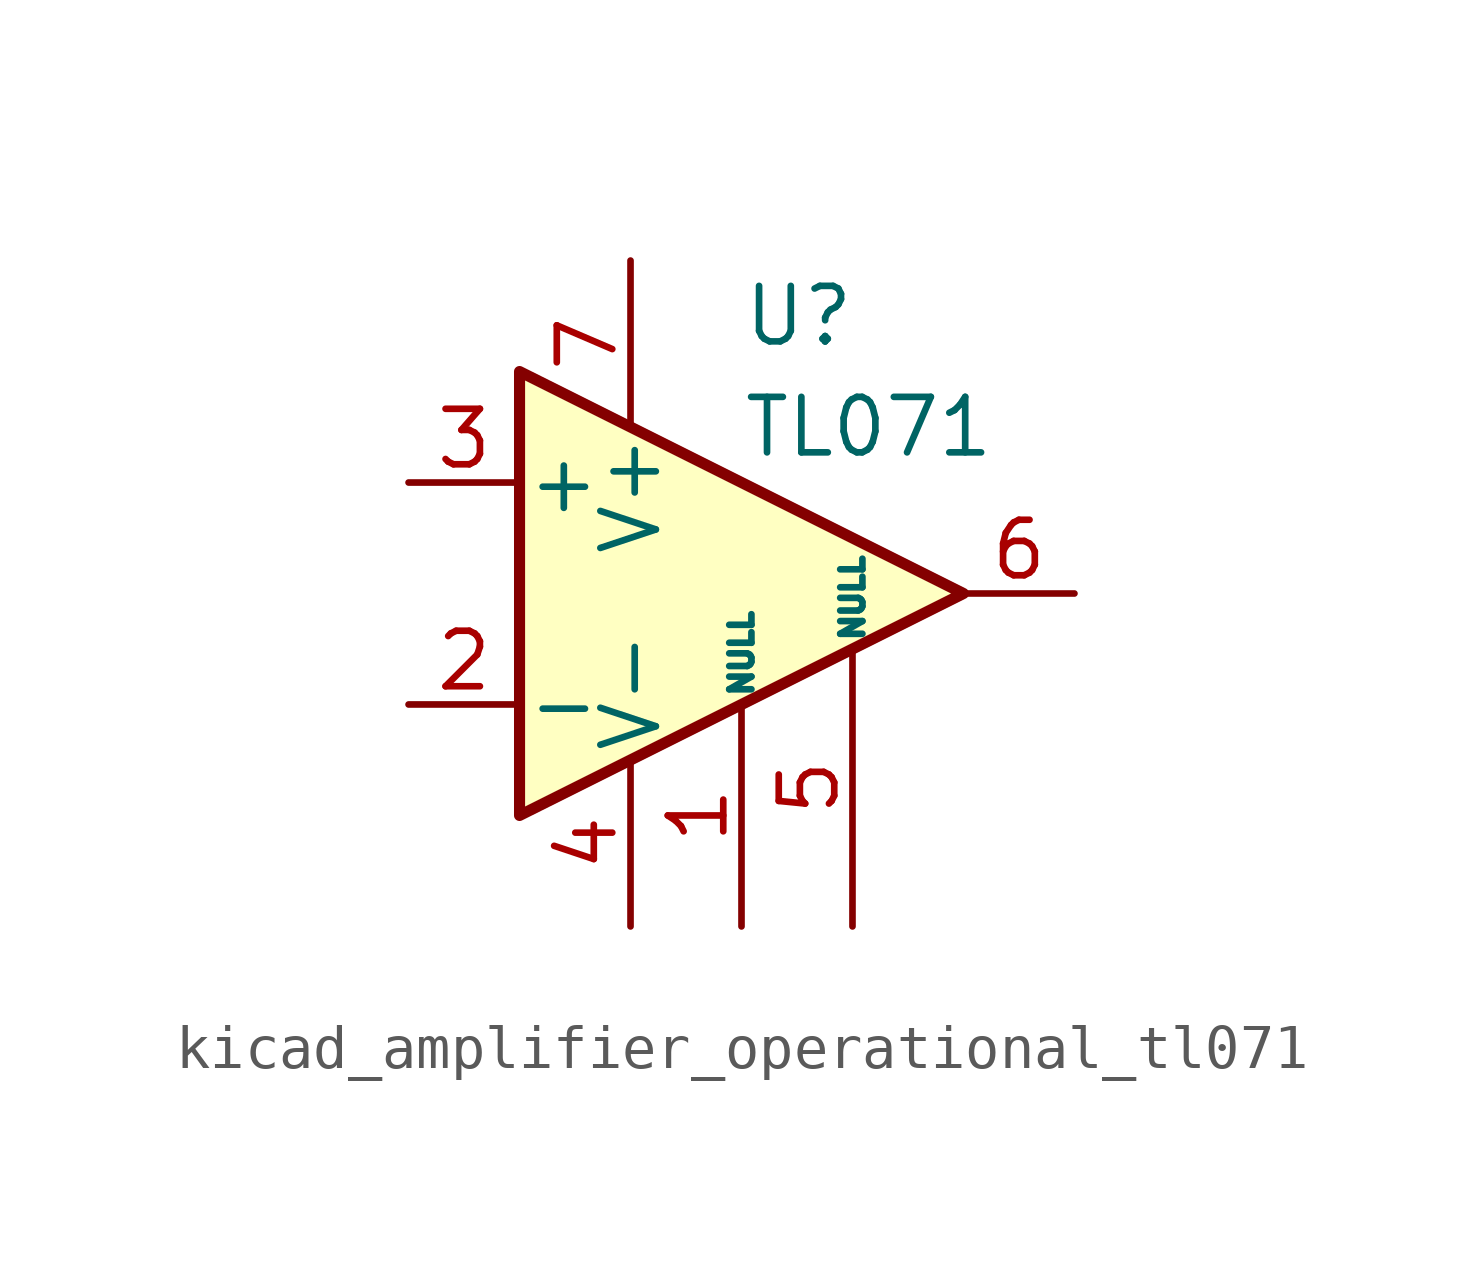
<source format=kicad_sym>
(kicad_symbol_lib
  (version 20220914)
  (generator kicad_symbol_editor)
  (symbol "kicad_amplifier_operational_tl071"
    (pin_names
      (offset 0.127))
    (property "Reference" "U"
      (at 0 6.35 0)
      (effects (font (size 1.27 1.27)) (justify left)))
    (property "Value" "TL071"
      (at 0 3.81 0)
      (effects (font (size 1.27 1.27)) (justify left)))
    (symbol "kicad_amplifier_operational_tl071_0_1"
      (polyline (pts (xy -5.08 5.08) (xy 5.08 0) (xy -5.08 -5.08) (xy -5.08 5.08)) (stroke (width 0.254) (type default)) (fill (type background))))
    (symbol "kicad_amplifier_operational_tl071_1_1"
      (pin input line (at 0 -7.62 90) (length 5.08) (name "NULL" (effects (font (size 0.508 0.508)))) (number "1" (effects (font (size 1.27 1.27)))))
      (pin input line (at -7.62 -2.54 0) (length 2.54) (name "-" (effects (font (size 1.27 1.27)))) (number "2" (effects (font (size 1.27 1.27)))))
      (pin input line (at -7.62 2.54 0) (length 2.54) (name "+" (effects (font (size 1.27 1.27)))) (number "3" (effects (font (size 1.27 1.27)))))
      (pin power_in line (at -2.54 -7.62 90) (length 3.81) (name "V-" (effects (font (size 1.27 1.27)))) (number "4" (effects (font (size 1.27 1.27)))))
      (pin input line (at 2.54 -7.62 90) (length 6.35) (name "NULL" (effects (font (size 0.508 0.508)))) (number "5" (effects (font (size 1.27 1.27)))))
      (pin output line (at 7.62 0 180) (length 2.54) (name "~" (effects (font (size 1.27 1.27)))) (number "6" (effects (font (size 1.27 1.27)))))
      (pin power_in line (at -2.54 7.62 270) (length 3.81) (name "V+" (effects (font (size 1.27 1.27)))) (number "7" (effects (font (size 1.27 1.27)))))
      (pin no_connect line (at 0 2.54 270) (length 2.54) hide (name "NC" (effects (font (size 1.27 1.27)))) (number "8" (effects (font (size 1.27 1.27))))))))
</source>
